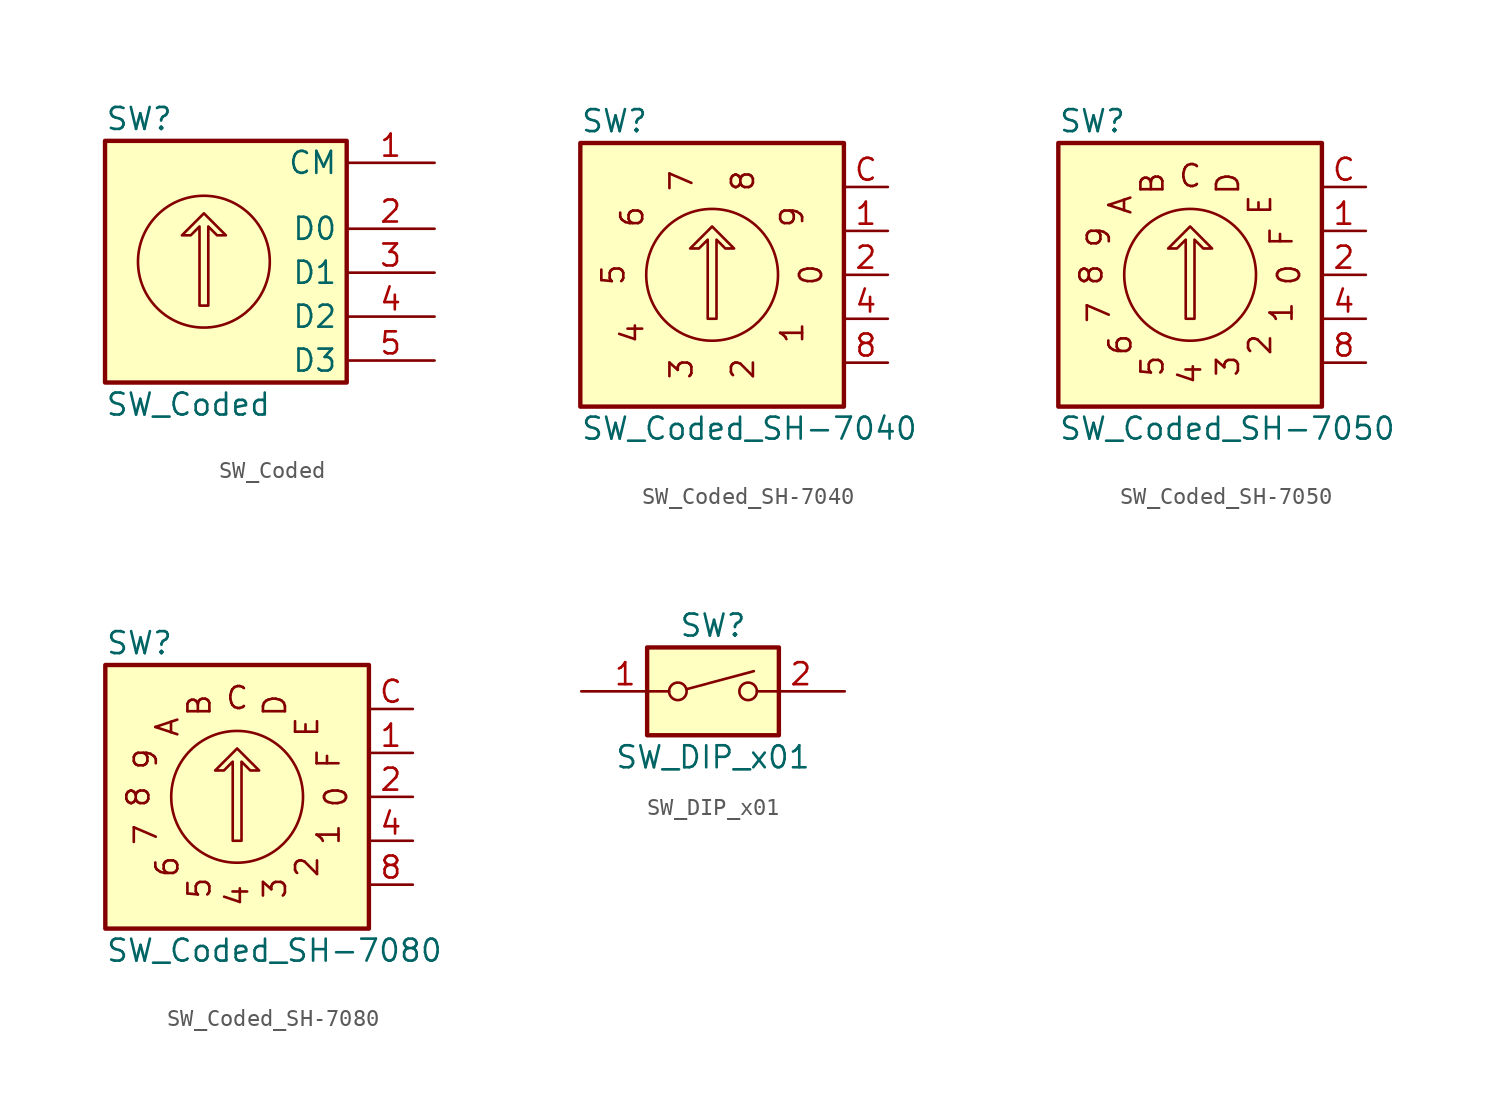
<source format=kicad_sym>
(kicad_symbol_lib
  (version 20211014)
  (generator kicad_symbol_editor)
  (symbol "SW_Coded"
    (property "Reference" "SW"
      (at -6.35 8.89 0)
      (effects (font (size 1.27 1.27)) (justify left)))
    (property "Value" "SW_Coded"
      (at -6.35 -7.62 0)
      (effects (font (size 1.27 1.27)) (justify left)))
    (symbol "SW_Coded_0_1"
      (circle (center -0.635 0.635) (radius 3.81) (stroke (width 0) (type default) (color 0 0 0 0)) (fill (type none)))
      (polyline (pts (xy -0.889 -1.905) (xy -0.889 2.667) (xy -1.397 2.159) (xy -1.905 2.159) (xy -0.635 3.429) (xy 0.635 2.159) (xy 0.127 2.159) (xy -0.381 2.667) (xy -0.381 -1.905) (xy -0.889 -1.905) (xy -0.889 -1.905)) (stroke (width 0) (type default) (color 0 0 0 0)) (fill (type none)))
      (rectangle (start 7.62 7.62) (end -6.35 -6.35) (stroke (width 0.254) (type default) (color 0 0 0 0)) (fill (type background))))
    (symbol "SW_Coded_1_1"
      (pin passive line (at 12.7 6.35 180) (length 5.08) (name "CM" (effects (font (size 1.27 1.27)))) (number "1" (effects (font (size 1.27 1.27)))))
      (pin passive line (at 12.7 2.54 180) (length 5.08) (name "D0" (effects (font (size 1.27 1.27)))) (number "2" (effects (font (size 1.27 1.27)))))
      (pin passive line (at 12.7 0 180) (length 5.08) (name "D1" (effects (font (size 1.27 1.27)))) (number "3" (effects (font (size 1.27 1.27)))))
      (pin passive line (at 12.7 -2.54 180) (length 5.08) (name "D2" (effects (font (size 1.27 1.27)))) (number "4" (effects (font (size 1.27 1.27)))))
      (pin passive line (at 12.7 -5.08 180) (length 5.08) (name "D3" (effects (font (size 1.27 1.27)))) (number "5" (effects (font (size 1.27 1.27)))))))
  (symbol "SW_Coded_SH-7040"
    (pin_names hide)
    (property "Reference" "SW"
      (at -7.62 8.89 0)
      (effects (font (size 1.27 1.27)) (justify left)))
    (property "Value" "SW_Coded_SH-7040"
      (at -7.62 -8.89 0)
      (effects (font (size 1.27 1.27)) (justify left)))
    (symbol "SW_Coded_SH-7040_0_0"
      (text "0" (at 5.715 0 2700) (effects (font (size 1.27 1.27))))
      (text "1" (at 4.623 -3.353 2340) (effects (font (size 1.27 1.27))))
      (text "2" (at 1.778 -5.436 1980) (effects (font (size 1.27 1.27))))
      (text "3" (at -1.778 -5.436 1620) (effects (font (size 1.27 1.27))))
      (text "4" (at -4.623 -3.353 1260) (effects (font (size 1.27 1.27))))
      (text "5" (at -5.715 0 900) (effects (font (size 1.27 1.27))))
      (text "6" (at -4.623 3.353 540) (effects (font (size 1.27 1.27))))
      (text "7" (at -1.778 5.436 180) (effects (font (size 1.27 1.27))))
      (text "8" (at 1.778 5.436 3420) (effects (font (size 1.27 1.27))))
      (text "9" (at 4.623 3.353 3060) (effects (font (size 1.27 1.27)))))
    (symbol "SW_Coded_SH-7040_0_1"
      (polyline (pts (xy -0.254 -2.54) (xy -0.254 2.032) (xy -0.762 1.524) (xy -1.27 1.524) (xy 0 2.794) (xy 1.27 1.524) (xy 0.762 1.524) (xy 0.254 2.032) (xy 0.254 -2.54) (xy -0.254 -2.54) (xy -0.254 -2.54)) (stroke (width 0) (type default) (color 0 0 0 0)) (fill (type none)))
      (circle (center 0 0) (radius 3.81) (stroke (width 0) (type default) (color 0 0 0 0)) (fill (type none)))
      (rectangle (start 7.62 7.62) (end -7.62 -7.62) (stroke (width 0.254) (type default) (color 0 0 0 0)) (fill (type background))))
    (symbol "SW_Coded_SH-7040_1_1"
      (pin passive line (at 10.16 2.54 180) (length 2.54) (name "1" (effects (font (size 1.27 1.27)))) (number "1" (effects (font (size 1.27 1.27)))))
      (pin passive line (at 10.16 0 180) (length 2.54) (name "2" (effects (font (size 1.27 1.27)))) (number "2" (effects (font (size 1.27 1.27)))))
      (pin passive line (at 10.16 -2.54 180) (length 2.54) (name "4" (effects (font (size 1.27 1.27)))) (number "4" (effects (font (size 1.27 1.27)))))
      (pin passive line (at 10.16 -5.08 180) (length 2.54) (name "8" (effects (font (size 1.27 1.27)))) (number "8" (effects (font (size 1.27 1.27)))))
      (pin passive line (at 10.16 5.08 180) (length 2.54) (name "C" (effects (font (size 1.27 1.27)))) (number "C" (effects (font (size 1.27 1.27)))))))
  (symbol "SW_Coded_SH-7050"
    (pin_names hide)
    (property "Reference" "SW"
      (at -7.62 8.89 0)
      (effects (font (size 1.27 1.27)) (justify left)))
    (property "Value" "SW_Coded_SH-7050"
      (at -7.62 -8.89 0)
      (effects (font (size 1.27 1.27)) (justify left)))
    (symbol "SW_Coded_SH-7050_0_0"
      (text "0" (at 5.715 0 2700) (effects (font (size 1.27 1.27))))
      (text "1" (at 5.283 -2.184 2475) (effects (font (size 1.27 1.27))))
      (text "2" (at 4.039 -4.039 2250) (effects (font (size 1.27 1.27))))
      (text "3" (at 2.184 -5.283 2025) (effects (font (size 1.27 1.27))))
      (text "4" (at 0 -5.715 1800) (effects (font (size 1.27 1.27))))
      (text "5" (at -2.184 -5.283 1575) (effects (font (size 1.27 1.27))))
      (text "6" (at -4.039 -4.039 1350) (effects (font (size 1.27 1.27))))
      (text "7" (at -5.283 -2.184 1125) (effects (font (size 1.27 1.27))))
      (text "8" (at -5.715 0 900) (effects (font (size 1.27 1.27))))
      (text "9" (at -5.283 2.184 675) (effects (font (size 1.27 1.27))))
      (text "A" (at -4.039 4.039 450) (effects (font (size 1.27 1.27))))
      (text "B" (at -2.184 5.283 225) (effects (font (size 1.27 1.27))))
      (text "C" (at 0 5.715 0) (effects (font (size 1.27 1.27))))
      (text "D" (at 2.184 5.283 3375) (effects (font (size 1.27 1.27))))
      (text "E" (at 4.039 4.039 3150) (effects (font (size 1.27 1.27))))
      (text "F" (at 5.283 2.184 2925) (effects (font (size 1.27 1.27)))))
    (symbol "SW_Coded_SH-7050_0_1"
      (polyline (pts (xy -0.254 -2.54) (xy -0.254 2.032) (xy -0.762 1.524) (xy -1.27 1.524) (xy 0 2.794) (xy 1.27 1.524) (xy 0.762 1.524) (xy 0.254 2.032) (xy 0.254 -2.54) (xy -0.254 -2.54) (xy -0.254 -2.54)) (stroke (width 0) (type default) (color 0 0 0 0)) (fill (type none)))
      (circle (center 0 0) (radius 3.81) (stroke (width 0) (type default) (color 0 0 0 0)) (fill (type none)))
      (rectangle (start 7.62 7.62) (end -7.62 -7.62) (stroke (width 0.254) (type default) (color 0 0 0 0)) (fill (type background))))
    (symbol "SW_Coded_SH-7050_1_1"
      (pin passive line (at 10.16 2.54 180) (length 2.54) (name "1" (effects (font (size 1.27 1.27)))) (number "1" (effects (font (size 1.27 1.27)))))
      (pin passive line (at 10.16 0 180) (length 2.54) (name "2" (effects (font (size 1.27 1.27)))) (number "2" (effects (font (size 1.27 1.27)))))
      (pin passive line (at 10.16 -2.54 180) (length 2.54) (name "4" (effects (font (size 1.27 1.27)))) (number "4" (effects (font (size 1.27 1.27)))))
      (pin passive line (at 10.16 -5.08 180) (length 2.54) (name "8" (effects (font (size 1.27 1.27)))) (number "8" (effects (font (size 1.27 1.27)))))
      (pin passive line (at 10.16 5.08 180) (length 2.54) (name "C" (effects (font (size 1.27 1.27)))) (number "C" (effects (font (size 1.27 1.27)))))))
  (symbol "SW_Coded_SH-7080"
    (pin_names hide)
    (property "Reference" "SW"
      (at -7.62 8.89 0)
      (effects (font (size 1.27 1.27)) (justify left)))
    (property "Value" "SW_Coded_SH-7080"
      (at -7.62 -8.89 0)
      (effects (font (size 1.27 1.27)) (justify left)))
    (symbol "SW_Coded_SH-7080_0_0"
      (text "0" (at 5.715 0 2700) (effects (font (size 1.27 1.27))))
      (text "1" (at 5.283 -2.184 2475) (effects (font (size 1.27 1.27))))
      (text "2" (at 4.039 -4.039 2250) (effects (font (size 1.27 1.27))))
      (text "3" (at 2.184 -5.283 2025) (effects (font (size 1.27 1.27))))
      (text "4" (at 0 -5.715 1800) (effects (font (size 1.27 1.27))))
      (text "5" (at -2.184 -5.283 1575) (effects (font (size 1.27 1.27))))
      (text "6" (at -4.039 -4.039 1350) (effects (font (size 1.27 1.27))))
      (text "7" (at -5.283 -2.184 1125) (effects (font (size 1.27 1.27))))
      (text "8" (at -5.715 0 900) (effects (font (size 1.27 1.27))))
      (text "9" (at -5.283 2.184 675) (effects (font (size 1.27 1.27))))
      (text "A" (at -4.039 4.039 450) (effects (font (size 1.27 1.27))))
      (text "B" (at -2.184 5.283 225) (effects (font (size 1.27 1.27))))
      (text "C" (at 0 5.715 0) (effects (font (size 1.27 1.27))))
      (text "D" (at 2.184 5.283 3375) (effects (font (size 1.27 1.27))))
      (text "E" (at 4.039 4.039 3150) (effects (font (size 1.27 1.27))))
      (text "F" (at 5.283 2.184 2925) (effects (font (size 1.27 1.27)))))
    (symbol "SW_Coded_SH-7080_0_1"
      (polyline (pts (xy -0.254 -2.54) (xy -0.254 2.032) (xy -0.762 1.524) (xy -1.27 1.524) (xy 0 2.794) (xy 1.27 1.524) (xy 0.762 1.524) (xy 0.254 2.032) (xy 0.254 -2.54) (xy -0.254 -2.54) (xy -0.254 -2.54)) (stroke (width 0) (type default) (color 0 0 0 0)) (fill (type none)))
      (circle (center 0 0) (radius 3.81) (stroke (width 0) (type default) (color 0 0 0 0)) (fill (type none)))
      (rectangle (start 7.62 7.62) (end -7.62 -7.62) (stroke (width 0.254) (type default) (color 0 0 0 0)) (fill (type background))))
    (symbol "SW_Coded_SH-7080_1_1"
      (pin passive line (at 10.16 2.54 180) (length 2.54) (name "1" (effects (font (size 1.27 1.27)))) (number "1" (effects (font (size 1.27 1.27)))))
      (pin passive line (at 10.16 0 180) (length 2.54) (name "2" (effects (font (size 1.27 1.27)))) (number "2" (effects (font (size 1.27 1.27)))))
      (pin passive line (at 10.16 -2.54 180) (length 2.54) (name "4" (effects (font (size 1.27 1.27)))) (number "4" (effects (font (size 1.27 1.27)))))
      (pin passive line (at 10.16 -5.08 180) (length 2.54) (name "8" (effects (font (size 1.27 1.27)))) (number "8" (effects (font (size 1.27 1.27)))))
      (pin passive line (at 10.16 5.08 180) (length 2.54) (name "C" (effects (font (size 1.27 1.27)))) (number "C" (effects (font (size 1.27 1.27)))))))
  (symbol "SW_DIP_x01"
    (pin_names
      (offset 0) hide)
    (property "Reference" "SW"
      (at 0 3.81 0)
      (effects (font (size 1.27 1.27))))
    (property "Value" "SW_DIP_x01"
      (at 0 -3.81 0)
      (effects (font (size 1.27 1.27))))
    (symbol "SW_DIP_x01_0_0"
      (circle (center -2.032 0) (radius 0.508) (stroke (width 0) (type default) (color 0 0 0 0)) (fill (type none)))
      (polyline (pts (xy -1.524 0.127) (xy 2.362 1.168)) (stroke (width 0) (type default) (color 0 0 0 0)) (fill (type none)))
      (circle (center 2.032 0) (radius 0.508) (stroke (width 0) (type default) (color 0 0 0 0)) (fill (type none))))
    (symbol "SW_DIP_x01_0_1"
      (rectangle (start -3.81 2.54) (end 3.81 -2.54) (stroke (width 0.254) (type default) (color 0 0 0 0)) (fill (type background))))
    (symbol "SW_DIP_x01_1_1"
      (pin passive line (at -7.62 0 0) (length 5.08) (name "~" (effects (font (size 1.27 1.27)))) (number "1" (effects (font (size 1.27 1.27)))))
      (pin passive line (at 7.62 0 180) (length 5.08) (name "~" (effects (font (size 1.27 1.27)))) (number "2" (effects (font (size 1.27 1.27))))))))
</source>
